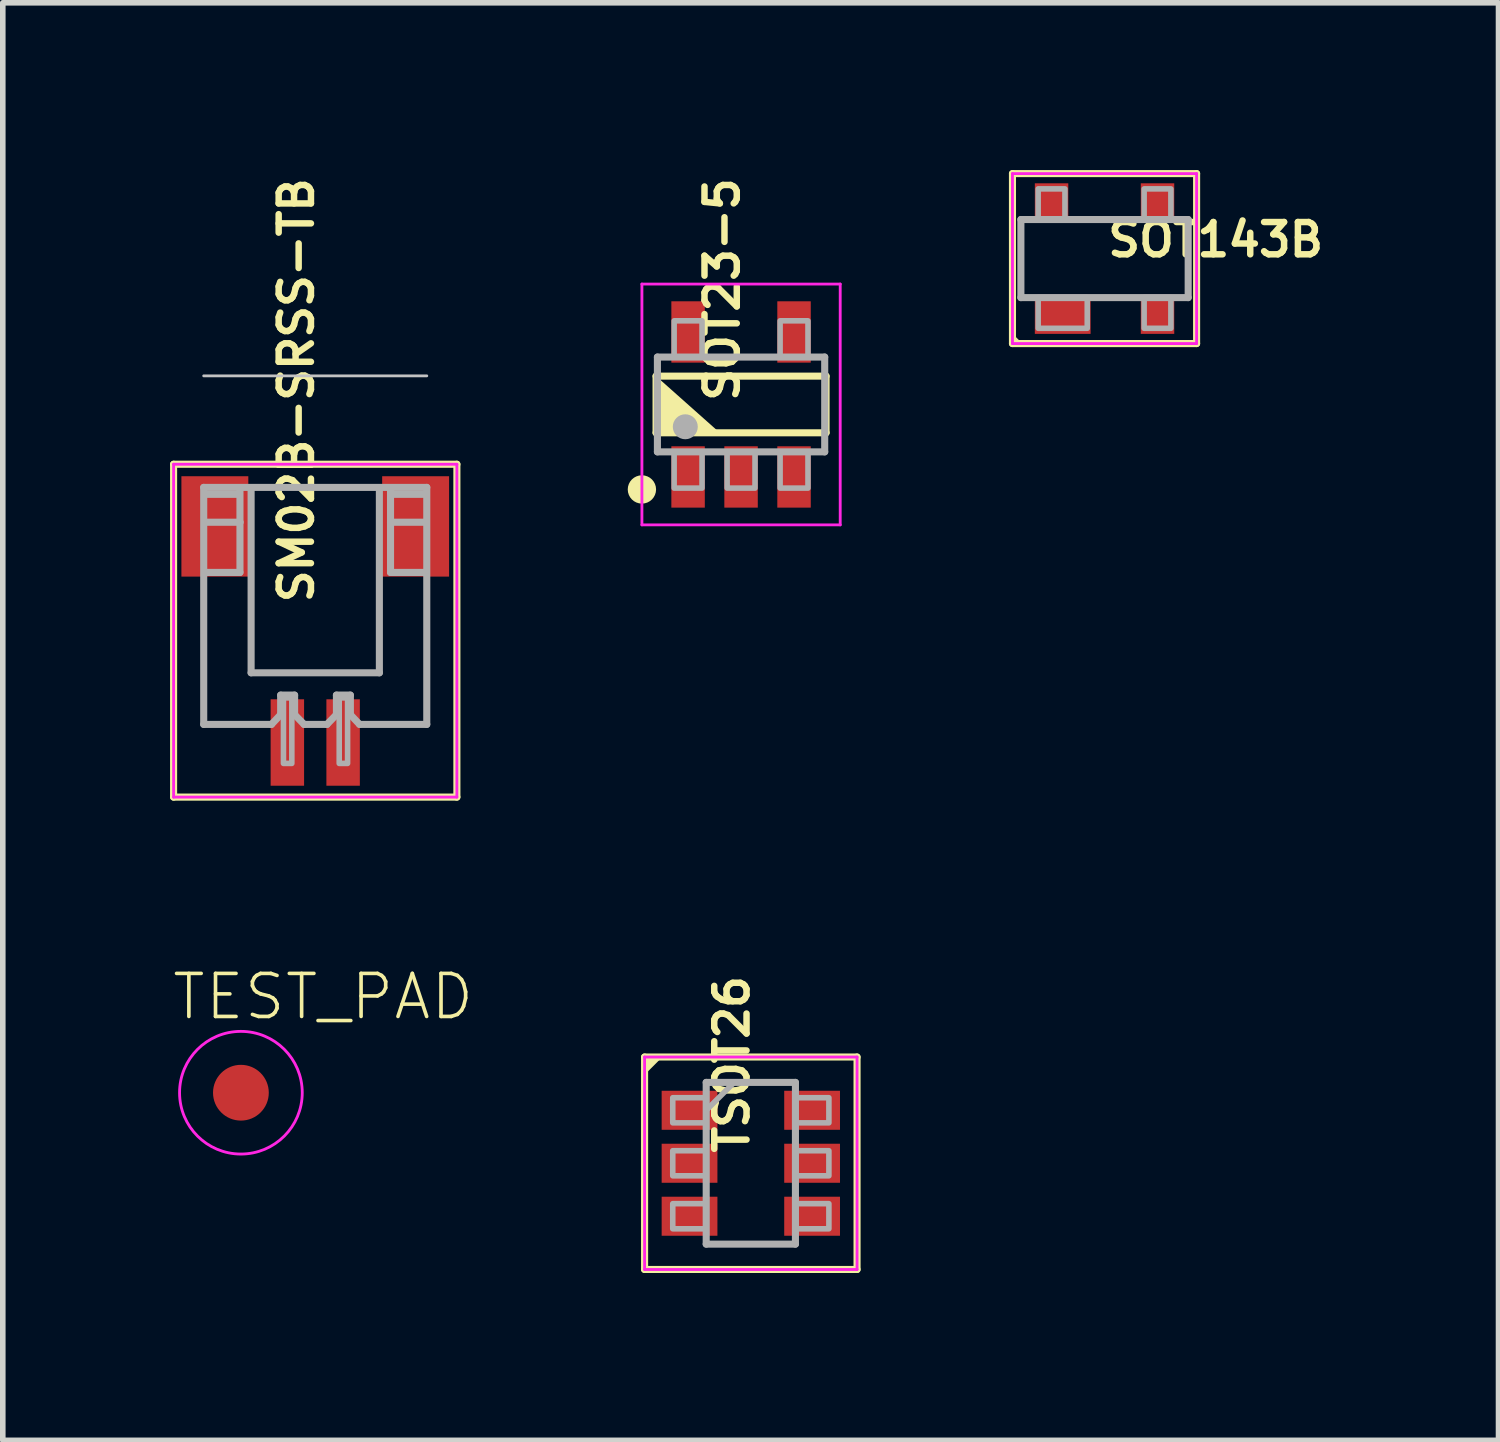
<source format=kicad_pcb>
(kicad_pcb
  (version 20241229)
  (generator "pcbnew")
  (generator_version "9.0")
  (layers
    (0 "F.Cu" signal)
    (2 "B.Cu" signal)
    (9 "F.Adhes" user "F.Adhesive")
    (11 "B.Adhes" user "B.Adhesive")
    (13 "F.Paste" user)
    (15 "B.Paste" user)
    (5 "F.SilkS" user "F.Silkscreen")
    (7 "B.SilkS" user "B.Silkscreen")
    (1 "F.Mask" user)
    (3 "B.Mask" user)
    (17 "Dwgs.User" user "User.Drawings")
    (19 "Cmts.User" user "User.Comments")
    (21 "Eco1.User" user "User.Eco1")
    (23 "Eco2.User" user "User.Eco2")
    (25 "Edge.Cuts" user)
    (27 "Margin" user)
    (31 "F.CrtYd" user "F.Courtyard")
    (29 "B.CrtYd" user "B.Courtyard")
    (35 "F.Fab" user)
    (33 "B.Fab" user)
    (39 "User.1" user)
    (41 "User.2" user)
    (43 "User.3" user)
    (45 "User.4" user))
  (footprint "TEST_PAD"
    (layer "F.Cu")
    (at 1.27 16.545)
    (property "Reference" "TEST_PAD" (at -1.27 -1.27 0) (layer "F.SilkS") (effects (font (size 0.772 0.772) (thickness 0.065)) (justify left bottom)))
    (attr through_hole)
    (fp_circle (center 0 0) (end 1.1 0) (stroke (width 0.051) (type solid)) (fill no) (layer "F.CrtYd"))
    (pad "1" smd circle (at 0 0) (size 1 1) (layers "F.Cu" "F.Mask")))
  (footprint "SM02B-SRSS-TB"
    (layer "F.Cu")
    (at 2.603 7.815)
    (property "Reference" "SM02B-SRSS-TB" (at 0 0 90) (layer "F.SilkS") (effects (font (size 0.579 0.579) (thickness 0.116)) (justify left bottom)))
    (attr through_hole)
    (fp_line (start -2.54 -2.54) (end 2.54 -2.54) (stroke (width 0.127) (type solid)) (layer "F.SilkS"))
    (fp_line (start -2.54 3.429) (end -2.54 -2.54) (stroke (width 0.127) (type solid)) (layer "F.SilkS"))
    (fp_line (start 2.54 -2.54) (end 2.54 3.429) (stroke (width 0.127) (type solid)) (layer "F.SilkS"))
    (fp_line (start 2.54 3.429) (end -2.54 3.429) (stroke (width 0.127) (type solid)) (layer "F.SilkS"))
    (fp_line (start 2 -4.125) (end -2 -4.125) (stroke (width 0.051) (type solid)) (layer "Dwgs.User"))
    (fp_line (start -2.54 -2.54) (end 2.54 -2.54) (stroke (width 0.051) (type solid)) (layer "F.CrtYd"))
    (fp_line (start -2.54 3.429) (end -2.54 -2.54) (stroke (width 0.051) (type solid)) (layer "F.CrtYd"))
    (fp_line (start 2.54 -2.54) (end 2.54 3.429) (stroke (width 0.051) (type solid)) (layer "F.CrtYd"))
    (fp_line (start 2.54 3.429) (end -2.54 3.429) (stroke (width 0.051) (type solid)) (layer "F.CrtYd"))
    (fp_line (start -2 2.125) (end -2 -2.125) (stroke (width 0.127) (type solid)) (layer "F.Fab"))
    (fp_line (start -2 2.125) (end -0.785 2.125) (stroke (width 0.127) (type solid)) (layer "F.Fab"))
    (fp_line (start -1.95 -2) (end -1.4 -2) (stroke (width 0.127) (type solid)) (layer "F.Fab"))
    (fp_line (start -1.95 -1.5) (end -1.35 -1.5) (stroke (width 0.127) (type solid)) (layer "F.Fab"))
    (fp_line (start -1.95 -0.6) (end -1.35 -0.6) (stroke (width 0.127) (type solid)) (layer "F.Fab"))
    (fp_line (start -1.35 -1.5) (end -1.35 -2.1) (stroke (width 0.127) (type solid)) (layer "F.Fab"))
    (fp_line (start -1.35 -0.6) (end -1.35 -1.5) (stroke (width 0.127) (type solid)) (layer "F.Fab"))
    (fp_line (start -1.15 1.2) (end -1.15 -2.1) (stroke (width 0.127) (type solid)) (layer "F.Fab"))
    (fp_line (start -1.15 1.2) (end 1.15 1.2) (stroke (width 0.127) (type solid)) (layer "F.Fab"))
    (fp_line (start -0.785 2.125) (end -0.62 1.95) (stroke (width 0.127) (type solid)) (layer "F.Fab"))
    (fp_line (start -0.62 1.6) (end -0.37 1.6) (stroke (width 0.127) (type solid)) (layer "F.Fab"))
    (fp_line (start -0.62 1.95) (end -0.62 1.6) (stroke (width 0.127) (type solid)) (layer "F.Fab"))
    (fp_line (start -0.37 1.6) (end -0.37 1.95) (stroke (width 0.127) (type solid)) (layer "F.Fab"))
    (fp_line (start -0.37 1.95) (end -0.2 2.125) (stroke (width 0.127) (type solid)) (layer "F.Fab"))
    (fp_line (start -0.2 2.125) (end 0.21 2.125) (stroke (width 0.127) (type solid)) (layer "F.Fab"))
    (fp_line (start 0.38 1.6) (end 0.38 1.95) (stroke (width 0.127) (type solid)) (layer "F.Fab"))
    (fp_line (start 0.38 1.95) (end 0.21 2.125) (stroke (width 0.127) (type solid)) (layer "F.Fab"))
    (fp_line (start 0.63 1.6) (end 0.38 1.6) (stroke (width 0.127) (type solid)) (layer "F.Fab"))
    (fp_line (start 0.63 1.95) (end 0.63 1.6) (stroke (width 0.127) (type solid)) (layer "F.Fab"))
    (fp_line (start 0.795 2.125) (end 0.63 1.95) (stroke (width 0.127) (type solid)) (layer "F.Fab"))
    (fp_line (start 1.15 1.2) (end 1.15 -2.1) (stroke (width 0.127) (type solid)) (layer "F.Fab"))
    (fp_line (start 1.35 -1.5) (end 1.35 -2.1) (stroke (width 0.127) (type solid)) (layer "F.Fab"))
    (fp_line (start 1.35 -0.6) (end 1.35 -1.5) (stroke (width 0.127) (type solid)) (layer "F.Fab"))
    (fp_line (start 1.95 -2) (end 1.4 -2) (stroke (width 0.127) (type solid)) (layer "F.Fab"))
    (fp_line (start 1.95 -1.5) (end 1.35 -1.5) (stroke (width 0.127) (type solid)) (layer "F.Fab"))
    (fp_line (start 1.95 -0.6) (end 1.35 -0.6) (stroke (width 0.127) (type solid)) (layer "F.Fab"))
    (fp_line (start 2 -2.125) (end -2 -2.125) (stroke (width 0.127) (type solid)) (layer "F.Fab"))
    (fp_line (start 2 2.125) (end 0.795 2.125) (stroke (width 0.127) (type solid)) (layer "F.Fab"))
    (fp_line (start 2 2.125) (end 2 -2.125) (stroke (width 0.127) (type solid)) (layer "F.Fab"))
    (fp_poly (pts (xy -0.57 2.825) (xy -0.42 2.825) (xy -0.42 1.65) (xy -0.57 1.65)) (stroke (width 0.1) (type solid)) (fill no) (layer "F.Fab"))
    (fp_poly (pts (xy 0.43 2.825) (xy 0.58 2.825) (xy 0.58 1.65) (xy 0.43 1.65)) (stroke (width 0.1) (type solid)) (fill no) (layer "F.Fab"))
    (pad "1" smd rect (at -0.5 2.45 90) (size 1.55 0.6) (layers "F.Cu" "F.Mask" "F.Paste"))
    (pad "2" smd rect (at 0.5 2.45 90) (size 1.55 0.6) (layers "F.Cu" "F.Mask" "F.Paste"))
    (pad "G$1" smd rect (at -1.8 -1.425 90) (size 1.8 1.2) (layers "F.Cu" "F.Mask" "F.Paste"))
    (pad "G$2" smd rect (at 1.8 -1.425 90) (size 1.8 1.2) (layers "F.Cu" "F.Mask" "F.Paste")))
  (footprint "TSOT26"
    (layer "F.Cu")
    (at 10.414 17.81)
    (property "Reference" "TSOT26" (at 0 -0.127 270) (layer "F.SilkS") (effects (font (size 0.579 0.579) (thickness 0.116)) (justify left bottom)))
    (attr through_hole)
    (fp_line (start -1.905 -1.905) (end 1.905 -1.905) (stroke (width 0.127) (type solid)) (layer "F.SilkS"))
    (fp_line (start -1.905 1.905) (end -1.905 -1.905) (stroke (width 0.127) (type solid)) (layer "F.SilkS"))
    (fp_line (start 1.905 -1.905) (end 1.905 1.905) (stroke (width 0.127) (type solid)) (layer "F.SilkS"))
    (fp_line (start 1.905 1.905) (end -1.905 1.905) (stroke (width 0.127) (type solid)) (layer "F.SilkS"))
    (fp_poly (pts (xy -1.905 -1.905) (xy -1.905 -1.587) (xy -1.587 -1.905)) (stroke (width 0) (type solid)) (fill yes) (layer "F.SilkS"))
    (fp_line (start -1.905 -1.905) (end 1.905 -1.905) (stroke (width 0.051) (type solid)) (layer "F.CrtYd"))
    (fp_line (start -1.905 1.905) (end -1.905 -1.905) (stroke (width 0.051) (type solid)) (layer "F.CrtYd"))
    (fp_line (start 1.905 -1.905) (end 1.905 1.905) (stroke (width 0.051) (type solid)) (layer "F.CrtYd"))
    (fp_line (start 1.905 1.905) (end -1.905 1.905) (stroke (width 0.051) (type solid)) (layer "F.CrtYd"))
    (fp_line (start -0.8 -1.45) (end 0.8 -1.45) (stroke (width 0.127) (type solid)) (layer "F.Fab"))
    (fp_line (start -0.8 1.45) (end -0.8 -1.45) (stroke (width 0.127) (type solid)) (layer "F.Fab"))
    (fp_line (start 0.8 -1.45) (end 0.8 1.45) (stroke (width 0.127) (type solid)) (layer "F.Fab"))
    (fp_line (start 0.8 1.45) (end -0.8 1.45) (stroke (width 0.127) (type solid)) (layer "F.Fab"))
    (fp_poly (pts (xy -0.3 -1.45) (xy -0.8 -1.45) (xy -0.8 -0.95)) (stroke (width 0.1) (type solid)) (fill no) (layer "F.Fab"))
    (fp_poly (pts (xy -1.4 -1.175) (xy -1.4 -0.725) (xy -0.8 -0.725) (xy -0.8 -1.175)) (stroke (width 0.1) (type solid)) (fill no) (layer "F.Fab"))
    (fp_poly (pts (xy -1.4 -0.225) (xy -1.4 0.225) (xy -0.8 0.225) (xy -0.8 -0.225)) (stroke (width 0.1) (type solid)) (fill no) (layer "F.Fab"))
    (fp_poly (pts (xy -1.4 0.725) (xy -1.4 1.175) (xy -0.8 1.175) (xy -0.8 0.725)) (stroke (width 0.1) (type solid)) (fill no) (layer "F.Fab"))
    (fp_poly (pts (xy 0.8 -1.175) (xy 0.8 -0.725) (xy 1.4 -0.725) (xy 1.4 -1.175)) (stroke (width 0.1) (type solid)) (fill no) (layer "F.Fab"))
    (fp_poly (pts (xy 0.8 -0.225) (xy 0.8 0.225) (xy 1.4 0.225) (xy 1.4 -0.225)) (stroke (width 0.1) (type solid)) (fill no) (layer "F.Fab"))
    (fp_poly (pts (xy 0.8 0.725) (xy 0.8 1.175) (xy 1.4 1.175) (xy 1.4 0.725)) (stroke (width 0.1) (type solid)) (fill no) (layer "F.Fab"))
    (pad "1" smd rect (at -1.099 -0.95) (size 1 0.7) (layers "F.Cu" "F.Mask" "F.Paste"))
    (pad "2" smd rect (at -1.099 0) (size 1 0.7) (layers "F.Cu" "F.Mask" "F.Paste"))
    (pad "3" smd rect (at -1.099 0.95) (size 1 0.7) (layers "F.Cu" "F.Mask" "F.Paste"))
    (pad "4" smd rect (at 1.099 0.95) (size 1 0.7) (layers "F.Cu" "F.Mask" "F.Paste"))
    (pad "5" smd rect (at 1.099 0) (size 1 0.7) (layers "F.Cu" "F.Mask" "F.Paste"))
    (pad "6" smd rect (at 1.099 -0.95) (size 1 0.7) (layers "F.Cu" "F.Mask" "F.Paste")))
  (footprint "SOT143B"
    (layer "F.Cu")
    (at 16.757 1.587)
    (property "Reference" "SOT143B" (at 0 0 0) (layer "F.SilkS") (effects (font (size 0.579 0.579) (thickness 0.116)) (justify left bottom)))
    (attr through_hole)
    (fp_line (start -1.651 -1.524) (end 1.651 -1.524) (stroke (width 0.127) (type solid)) (layer "F.SilkS"))
    (fp_line (start -1.651 1.524) (end -1.651 -1.524) (stroke (width 0.127) (type solid)) (layer "F.SilkS"))
    (fp_line (start 1.651 -1.524) (end 1.651 1.524) (stroke (width 0.127) (type solid)) (layer "F.SilkS"))
    (fp_line (start 1.651 1.524) (end -1.651 1.524) (stroke (width 0.127) (type solid)) (layer "F.SilkS"))
    (fp_poly (pts (xy -1.651 1.524) (xy -1.473 1.524) (xy -1.651 1.346)) (stroke (width 0) (type solid)) (fill yes) (layer "F.SilkS"))
    (fp_line (start -1.651 -1.524) (end 1.651 -1.524) (stroke (width 0.051) (type solid)) (layer "F.CrtYd"))
    (fp_line (start -1.651 1.524) (end -1.651 -1.524) (stroke (width 0.051) (type solid)) (layer "F.CrtYd"))
    (fp_line (start 1.651 -1.524) (end 1.651 1.524) (stroke (width 0.051) (type solid)) (layer "F.CrtYd"))
    (fp_line (start 1.651 1.524) (end -1.651 1.524) (stroke (width 0.051) (type solid)) (layer "F.CrtYd"))
    (fp_line (start -1.5 -0.7) (end 1.5 -0.7) (stroke (width 0.127) (type solid)) (layer "F.Fab"))
    (fp_line (start -1.5 0.7) (end -1.5 -0.7) (stroke (width 0.127) (type solid)) (layer "F.Fab"))
    (fp_line (start 1.5 -0.7) (end 1.5 0.7) (stroke (width 0.127) (type solid)) (layer "F.Fab"))
    (fp_line (start 1.5 0.7) (end -1.5 0.7) (stroke (width 0.127) (type solid)) (layer "F.Fab"))
    (fp_poly (pts (xy -1.19 -0.7) (xy -0.71 -0.7) (xy -0.71 -1.25) (xy -1.19 -1.25)) (stroke (width 0.1) (type solid)) (fill no) (layer "F.Fab"))
    (fp_poly (pts (xy -1.19 1.25) (xy -0.31 1.25) (xy -0.31 0.7) (xy -1.19 0.7)) (stroke (width 0.1) (type solid)) (fill no) (layer "F.Fab"))
    (fp_poly (pts (xy 0.71 -0.7) (xy 1.19 -0.7) (xy 1.19 -1.25) (xy 0.71 -1.25)) (stroke (width 0.1) (type solid)) (fill no) (layer "F.Fab"))
    (fp_poly (pts (xy 0.71 1.25) (xy 1.19 1.25) (xy 1.19 0.7) (xy 0.71 0.7)) (stroke (width 0.1) (type solid)) (fill no) (layer "F.Fab"))
    (pad "1" smd rect (at -0.75 1) (size 1 0.7) (layers "F.Cu" "F.Mask" "F.Paste"))
    (pad "2" smd rect (at 0.95 1) (size 0.6 0.7) (layers "F.Cu" "F.Mask" "F.Paste"))
    (pad "3" smd rect (at 0.95 -1) (size 0.6 0.7) (layers "F.Cu" "F.Mask" "F.Paste"))
    (pad "4" smd rect (at -0.95 -1) (size 0.6 0.7) (layers "F.Cu" "F.Mask" "F.Paste")))
  (footprint "SOT23-5"
    (layer "F.Cu")
    (at 10.239 4.203)
    (property "Reference" "SOT23-5" (at 0 0 90) (layer "F.SilkS") (effects (font (size 0.579 0.579) (thickness 0.116)) (justify left bottom)))
    (attr through_hole)
    (fp_line (start -1.524 -0.508) (end -1.524 0.508) (stroke (width 0.127) (type solid)) (layer "F.SilkS"))
    (fp_line (start -1.524 0.508) (end 1.524 0.508) (stroke (width 0.127) (type solid)) (layer "F.SilkS"))
    (fp_line (start 1.524 -0.508) (end -1.524 -0.508) (stroke (width 0.127) (type solid)) (layer "F.SilkS"))
    (fp_line (start 1.524 0.508) (end 1.524 -0.508) (stroke (width 0.127) (type solid)) (layer "F.SilkS"))
    (fp_circle (center -1.778 1.524) (end -1.651 1.524) (stroke (width 0.254) (type solid)) (fill no) (layer "F.SilkS"))
    (fp_poly (pts (xy -1.524 0.508) (xy -0.381 0.508) (xy -1.524 -0.508)) (stroke (width 0) (type solid)) (fill yes) (layer "F.SilkS"))
    (fp_line (start -1.778 -2.159) (end -1.778 2.159) (stroke (width 0.051) (type solid)) (layer "F.CrtYd"))
    (fp_line (start -1.778 2.159) (end 1.778 2.159) (stroke (width 0.051) (type solid)) (layer "F.CrtYd"))
    (fp_line (start 1.778 -2.159) (end -1.778 -2.159) (stroke (width 0.051) (type solid)) (layer "F.CrtYd"))
    (fp_line (start 1.778 2.159) (end 1.778 -2.159) (stroke (width 0.051) (type solid)) (layer "F.CrtYd"))
    (fp_line (start -1.5 -0.85) (end -1.5 0.85) (stroke (width 0.127) (type solid)) (layer "F.Fab"))
    (fp_line (start -1.5 0.85) (end 1.5 0.85) (stroke (width 0.127) (type solid)) (layer "F.Fab"))
    (fp_line (start 1.5 -0.85) (end -1.5 -0.85) (stroke (width 0.127) (type solid)) (layer "F.Fab"))
    (fp_line (start 1.5 0.85) (end 1.5 -0.85) (stroke (width 0.127) (type solid)) (layer "F.Fab"))
    (fp_circle (center -1 0.4) (end -0.888 0.4) (stroke (width 0.224) (type solid)) (fill no) (layer "F.Fab"))
    (fp_poly (pts (xy -1.2 -0.85) (xy -0.7 -0.85) (xy -0.7 -1.5) (xy -1.2 -1.5)) (stroke (width 0.1) (type solid)) (fill no) (layer "F.Fab"))
    (fp_poly (pts (xy -0.7 0.85) (xy -1.2 0.85) (xy -1.2 1.5) (xy -0.7 1.5)) (stroke (width 0.1) (type solid)) (fill no) (layer "F.Fab"))
    (fp_poly (pts (xy 0.25 0.85) (xy -0.25 0.85) (xy -0.25 1.5) (xy 0.25 1.5)) (stroke (width 0.1) (type solid)) (fill no) (layer "F.Fab"))
    (fp_poly (pts (xy 0.7 -0.85) (xy 1.2 -0.85) (xy 1.2 -1.5) (xy 0.7 -1.5)) (stroke (width 0.1) (type solid)) (fill no) (layer "F.Fab"))
    (fp_poly (pts (xy 1.2 0.85) (xy 0.7 0.85) (xy 0.7 1.5) (xy 1.2 1.5)) (stroke (width 0.1) (type solid)) (fill no) (layer "F.Fab"))
    (pad "1" smd rect (at -0.95 1.3 90) (size 1.1 0.6) (layers "F.Cu" "F.Mask" "F.Paste"))
    (pad "2" smd rect (at 0 1.3 90) (size 1.1 0.6) (layers "F.Cu" "F.Mask" "F.Paste"))
    (pad "3" smd rect (at 0.95 1.3 90) (size 1.1 0.6) (layers "F.Cu" "F.Mask" "F.Paste"))
    (pad "4" smd rect (at 0.95 -1.3 90) (size 1.1 0.6) (layers "F.Cu" "F.Mask" "F.Paste"))
    (pad "5" smd rect (at -0.95 -1.3 90) (size 1.1 0.6) (layers "F.Cu" "F.Mask" "F.Paste")))
  (gr_rect
    (start -3 -3)
    (end 23.822 22.779)
    (stroke (width 0.1) (type default))
    (fill no)
    (layer "Edge.Cuts")))
</source>
